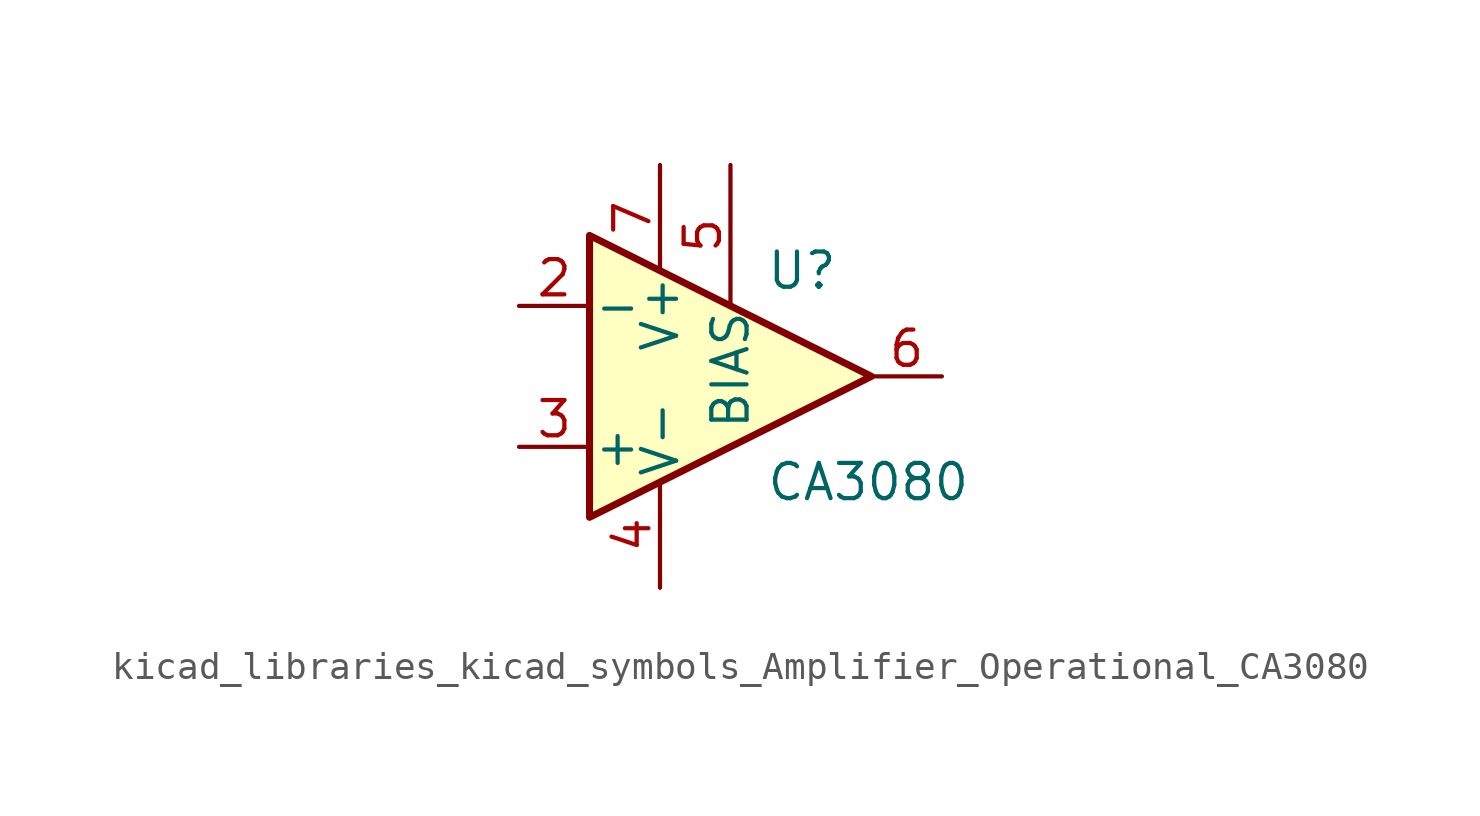
<source format=kicad_sym>
(kicad_symbol_lib
  (version 20220914)
  (generator kicad_symbol_editor)
  (symbol "kicad_libraries_kicad_symbols_Amplifier_Operational_CA3080"
    (pin_names
      (offset 0.127))
    (property "Reference" "U"
      (at 1.27 3.81 0)
      (effects (font (size 1.27 1.27)) (justify left)))
    (property "Value" "CA3080"
      (at 1.27 -3.81 0)
      (effects (font (size 1.27 1.27)) (justify left)))
    (symbol "kicad_libraries_kicad_symbols_Amplifier_Operational_CA3080_0_1"
      (polyline (pts (xy 5.08 0) (xy -5.08 -5.08) (xy -5.08 5.08) (xy 5.08 0)) (stroke (width 0.254) (type default)) (fill (type background))))
    (symbol "kicad_libraries_kicad_symbols_Amplifier_Operational_CA3080_1_1"
      (pin no_connect line (at -2.54 2.54 270) (length 2.54) hide (name "NC" (effects (font (size 1.27 1.27)))) (number "1" (effects (font (size 1.27 1.27)))))
      (pin input line (at -7.62 2.54 0) (length 2.54) (name "-" (effects (font (size 1.27 1.27)))) (number "2" (effects (font (size 1.27 1.27)))))
      (pin input line (at -7.62 -2.54 0) (length 2.54) (name "+" (effects (font (size 1.27 1.27)))) (number "3" (effects (font (size 1.27 1.27)))))
      (pin power_in line (at -2.54 -7.62 90) (length 3.81) (name "V-" (effects (font (size 1.27 1.27)))) (number "4" (effects (font (size 1.27 1.27)))))
      (pin passive line (at 0 7.62 270) (length 5.08) (name "BIAS" (effects (font (size 1.27 1.27)))) (number "5" (effects (font (size 1.27 1.27)))))
      (pin output line (at 7.62 0 180) (length 2.54) (name "~" (effects (font (size 1.27 1.27)))) (number "6" (effects (font (size 1.27 1.27)))))
      (pin power_in line (at -2.54 7.62 270) (length 3.81) (name "V+" (effects (font (size 1.27 1.27)))) (number "7" (effects (font (size 1.27 1.27)))))
      (pin no_connect line (at 0 2.54 270) (length 2.54) hide (name "NC" (effects (font (size 1.27 1.27)))) (number "8" (effects (font (size 1.27 1.27))))))))
</source>
